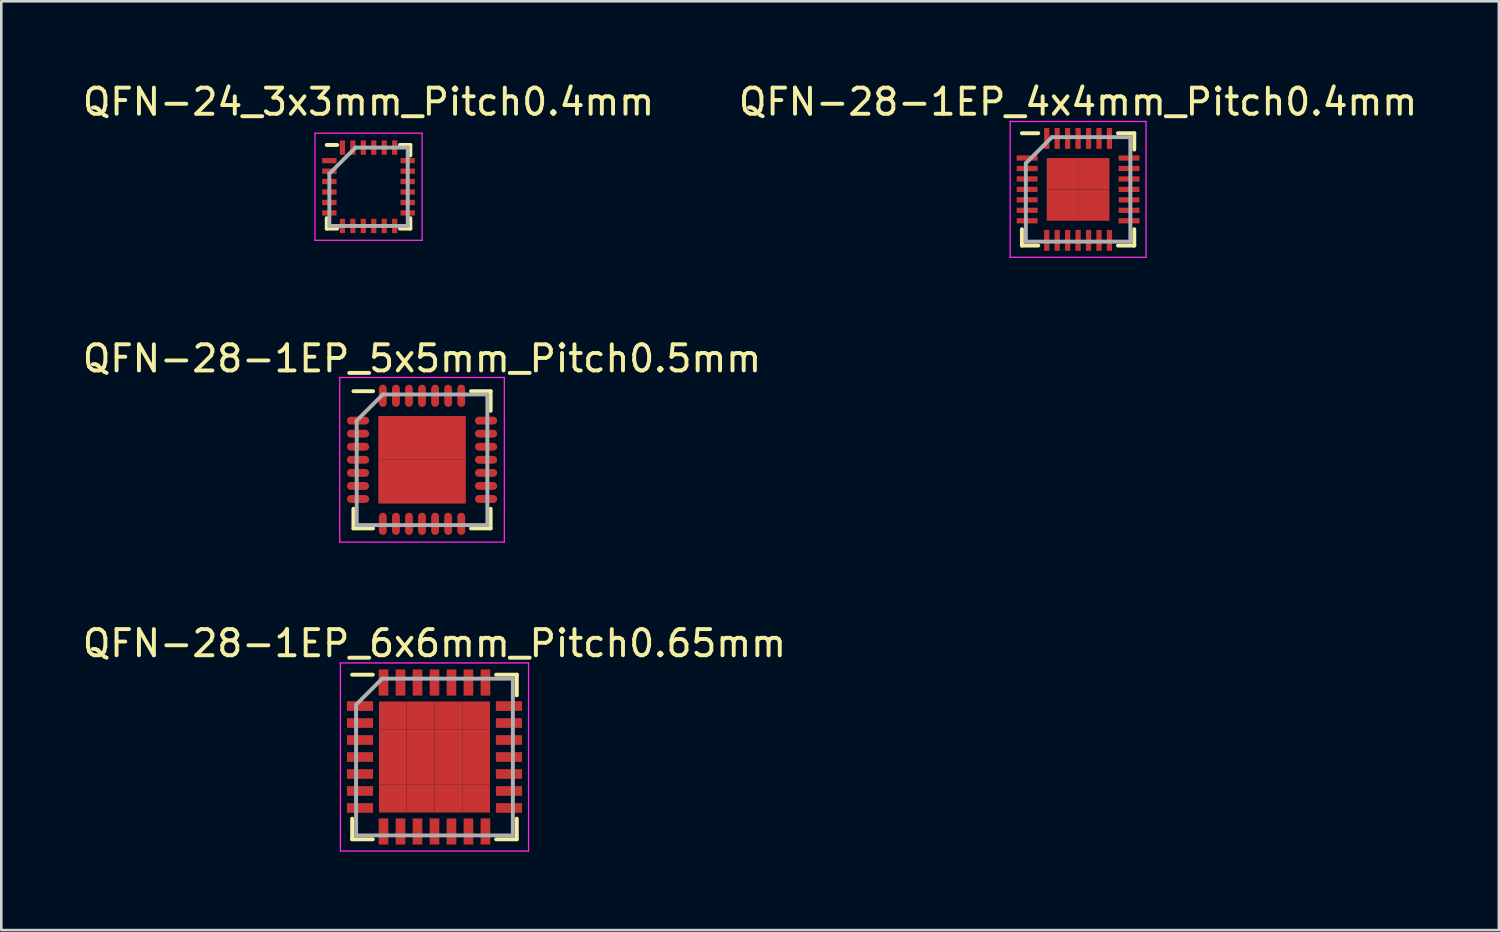
<source format=kicad_pcb>
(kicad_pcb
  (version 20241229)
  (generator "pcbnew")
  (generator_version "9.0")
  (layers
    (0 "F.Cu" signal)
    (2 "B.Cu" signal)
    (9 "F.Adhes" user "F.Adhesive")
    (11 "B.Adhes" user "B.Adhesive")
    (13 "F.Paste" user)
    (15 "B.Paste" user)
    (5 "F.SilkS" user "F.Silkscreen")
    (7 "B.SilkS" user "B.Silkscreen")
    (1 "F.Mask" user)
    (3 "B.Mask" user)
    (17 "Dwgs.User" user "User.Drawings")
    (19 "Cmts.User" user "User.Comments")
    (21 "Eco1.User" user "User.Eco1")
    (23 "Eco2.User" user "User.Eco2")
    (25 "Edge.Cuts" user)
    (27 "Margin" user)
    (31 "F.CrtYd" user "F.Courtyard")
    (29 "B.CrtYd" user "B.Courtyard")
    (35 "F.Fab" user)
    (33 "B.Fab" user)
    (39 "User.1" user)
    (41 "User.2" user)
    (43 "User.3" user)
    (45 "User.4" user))
  (footprint "QFN-28-1EP_4x4mm_Pitch0.4mm"
    (layer "F.Cu")
    (at 38.208 4.198)
    (property "Reference" "QFN-28-1EP_4x4mm_Pitch0.4mm" (at 0 -3.35 0) (layer "F.SilkS") (effects (font (size 1 1) (thickness 0.15))))
    (attr smd)
    (fp_line (start -2.15 -2.15) (end -1.525 -2.15) (stroke (width 0.15) (type solid)) (layer "F.SilkS"))
    (fp_line (start -2.15 2.15) (end -2.15 1.525) (stroke (width 0.15) (type solid)) (layer "F.SilkS"))
    (fp_line (start -2.15 2.15) (end -1.525 2.15) (stroke (width 0.15) (type solid)) (layer "F.SilkS"))
    (fp_line (start 2.15 -2.15) (end 1.525 -2.15) (stroke (width 0.15) (type solid)) (layer "F.SilkS"))
    (fp_line (start 2.15 -2.15) (end 2.15 -1.525) (stroke (width 0.15) (type solid)) (layer "F.SilkS"))
    (fp_line (start 2.15 2.15) (end 1.525 2.15) (stroke (width 0.15) (type solid)) (layer "F.SilkS"))
    (fp_line (start 2.15 2.15) (end 2.15 1.525) (stroke (width 0.15) (type solid)) (layer "F.SilkS"))
    (fp_line (start -2.6 -2.6) (end -2.6 2.6) (stroke (width 0.05) (type solid)) (layer "F.CrtYd"))
    (fp_line (start -2.6 -2.6) (end 2.6 -2.6) (stroke (width 0.05) (type solid)) (layer "F.CrtYd"))
    (fp_line (start -2.6 2.6) (end 2.6 2.6) (stroke (width 0.05) (type solid)) (layer "F.CrtYd"))
    (fp_line (start 2.6 -2.6) (end 2.6 2.6) (stroke (width 0.05) (type solid)) (layer "F.CrtYd"))
    (fp_line (start -2 -1) (end -1 -2) (stroke (width 0.15) (type solid)) (layer "F.Fab"))
    (fp_line (start -2 2) (end -2 -1) (stroke (width 0.15) (type solid)) (layer "F.Fab"))
    (fp_line (start -1 -2) (end 2 -2) (stroke (width 0.15) (type solid)) (layer "F.Fab"))
    (fp_line (start 2 -2) (end 2 2) (stroke (width 0.15) (type solid)) (layer "F.Fab"))
    (fp_line (start 2 2) (end -2 2) (stroke (width 0.15) (type solid)) (layer "F.Fab"))
    (pad "1" smd rect (at -1.95 -1.2) (size 0.8 0.2) (layers "F.Cu" "F.Mask" "F.Paste"))
    (pad "2" smd rect (at -1.95 -0.8) (size 0.8 0.2) (layers "F.Cu" "F.Mask" "F.Paste"))
    (pad "3" smd rect (at -1.95 -0.4) (size 0.8 0.2) (layers "F.Cu" "F.Mask" "F.Paste"))
    (pad "4" smd rect (at -1.95 0) (size 0.8 0.2) (layers "F.Cu" "F.Mask" "F.Paste"))
    (pad "5" smd rect (at -1.95 0.4) (size 0.8 0.2) (layers "F.Cu" "F.Mask" "F.Paste"))
    (pad "6" smd rect (at -1.95 0.8) (size 0.8 0.2) (layers "F.Cu" "F.Mask" "F.Paste"))
    (pad "7" smd rect (at -1.95 1.2) (size 0.8 0.2) (layers "F.Cu" "F.Mask" "F.Paste"))
    (pad "8" smd rect (at -1.2 1.95 90) (size 0.8 0.2) (layers "F.Cu" "F.Mask" "F.Paste"))
    (pad "9" smd rect (at -0.8 1.95 90) (size 0.8 0.2) (layers "F.Cu" "F.Mask" "F.Paste"))
    (pad "10" smd rect (at -0.4 1.95 90) (size 0.8 0.2) (layers "F.Cu" "F.Mask" "F.Paste"))
    (pad "11" smd rect (at 0 1.95 90) (size 0.8 0.2) (layers "F.Cu" "F.Mask" "F.Paste"))
    (pad "12" smd rect (at 0.4 1.95 90) (size 0.8 0.2) (layers "F.Cu" "F.Mask" "F.Paste"))
    (pad "13" smd rect (at 0.8 1.95 90) (size 0.8 0.2) (layers "F.Cu" "F.Mask" "F.Paste"))
    (pad "14" smd rect (at 1.2 1.95 90) (size 0.8 0.2) (layers "F.Cu" "F.Mask" "F.Paste"))
    (pad "15" smd rect (at 1.95 1.2) (size 0.8 0.2) (layers "F.Cu" "F.Mask" "F.Paste"))
    (pad "16" smd rect (at 1.95 0.8) (size 0.8 0.2) (layers "F.Cu" "F.Mask" "F.Paste"))
    (pad "17" smd rect (at 1.95 0.4) (size 0.8 0.2) (layers "F.Cu" "F.Mask" "F.Paste"))
    (pad "18" smd rect (at 1.95 0) (size 0.8 0.2) (layers "F.Cu" "F.Mask" "F.Paste"))
    (pad "19" smd rect (at 1.95 -0.4) (size 0.8 0.2) (layers "F.Cu" "F.Mask" "F.Paste"))
    (pad "20" smd rect (at 1.95 -0.8) (size 0.8 0.2) (layers "F.Cu" "F.Mask" "F.Paste"))
    (pad "21" smd rect (at 1.95 -1.2) (size 0.8 0.2) (layers "F.Cu" "F.Mask" "F.Paste"))
    (pad "22" smd rect (at 1.2 -1.95 90) (size 0.8 0.2) (layers "F.Cu" "F.Mask" "F.Paste"))
    (pad "23" smd rect (at 0.8 -1.95 90) (size 0.8 0.2) (layers "F.Cu" "F.Mask" "F.Paste"))
    (pad "24" smd rect (at 0.4 -1.95 90) (size 0.8 0.2) (layers "F.Cu" "F.Mask" "F.Paste"))
    (pad "25" smd rect (at 0 -1.95 90) (size 0.8 0.2) (layers "F.Cu" "F.Mask" "F.Paste"))
    (pad "26" smd rect (at -0.4 -1.95 90) (size 0.8 0.2) (layers "F.Cu" "F.Mask" "F.Paste"))
    (pad "27" smd rect (at -0.8 -1.95 90) (size 0.8 0.2) (layers "F.Cu" "F.Mask" "F.Paste"))
    (pad "28" smd rect (at -1.2 -1.95 90) (size 0.8 0.2) (layers "F.Cu" "F.Mask" "F.Paste"))
    (pad "29" smd rect (at -0.6 -0.6) (size 1.2 1.2) (layers "F.Cu" "F.Mask" "F.Paste"))
    (pad "29" smd rect (at -0.6 0.6) (size 1.2 1.2) (layers "F.Cu" "F.Mask" "F.Paste"))
    (pad "29" smd rect (at 0.6 -0.6) (size 1.2 1.2) (layers "F.Cu" "F.Mask" "F.Paste"))
    (pad "29" smd rect (at 0.6 0.6) (size 1.2 1.2) (layers "F.Cu" "F.Mask" "F.Paste")))
  (footprint "QFN-24_3x3mm_Pitch0.4mm"
    (layer "F.Cu")
    (at 11.054 4.098)
    (property "Reference" "QFN-24_3x3mm_Pitch0.4mm" (at 0 -3.25 0) (layer "F.SilkS") (effects (font (size 1 1) (thickness 0.15))))
    (attr smd)
    (fp_line (start -1.6 -1.6) (end -1.2 -1.6) (stroke (width 0.15) (type solid)) (layer "F.SilkS"))
    (fp_line (start -1.6 1.6) (end -1.6 1.2) (stroke (width 0.15) (type solid)) (layer "F.SilkS"))
    (fp_line (start -1.6 1.6) (end -1.2 1.6) (stroke (width 0.15) (type solid)) (layer "F.SilkS"))
    (fp_line (start 1.6 -1.6) (end 1.2 -1.6) (stroke (width 0.15) (type solid)) (layer "F.SilkS"))
    (fp_line (start 1.6 -1.6) (end 1.6 -1.2) (stroke (width 0.15) (type solid)) (layer "F.SilkS"))
    (fp_line (start 1.6 1.6) (end 1.2 1.6) (stroke (width 0.15) (type solid)) (layer "F.SilkS"))
    (fp_line (start 1.6 1.6) (end 1.6 1.2) (stroke (width 0.15) (type solid)) (layer "F.SilkS"))
    (fp_line (start -2.05 -2.05) (end 2.05 -2.05) (stroke (width 0.05) (type solid)) (layer "F.CrtYd"))
    (fp_line (start -2.05 2.05) (end -2.05 -2.05) (stroke (width 0.05) (type solid)) (layer "F.CrtYd"))
    (fp_line (start 2.05 -2.05) (end 2.05 2.05) (stroke (width 0.05) (type solid)) (layer "F.CrtYd"))
    (fp_line (start 2.05 2.05) (end -2.05 2.05) (stroke (width 0.05) (type solid)) (layer "F.CrtYd"))
    (fp_line (start -1.5 -0.5) (end -0.5 -1.5) (stroke (width 0.15) (type solid)) (layer "F.Fab"))
    (fp_line (start -1.5 1.5) (end -1.5 -0.5) (stroke (width 0.15) (type solid)) (layer "F.Fab"))
    (fp_line (start -0.5 -1.5) (end 1.5 -1.5) (stroke (width 0.15) (type solid)) (layer "F.Fab"))
    (fp_line (start 1.5 -1.5) (end 1.5 1.5) (stroke (width 0.15) (type solid)) (layer "F.Fab"))
    (fp_line (start 1.5 1.5) (end -1.5 1.5) (stroke (width 0.15) (type solid)) (layer "F.Fab"))
    (pad "1" smd rect (at -1.5 -1) (size 0.55 0.2) (layers "F.Cu" "F.Mask" "F.Paste"))
    (pad "2" smd rect (at -1.5 -0.6) (size 0.55 0.2) (layers "F.Cu" "F.Mask" "F.Paste"))
    (pad "3" smd rect (at -1.5 -0.2) (size 0.55 0.2) (layers "F.Cu" "F.Mask" "F.Paste"))
    (pad "4" smd rect (at -1.5 0.2) (size 0.55 0.2) (layers "F.Cu" "F.Mask" "F.Paste"))
    (pad "5" smd rect (at -1.5 0.6) (size 0.55 0.2) (layers "F.Cu" "F.Mask" "F.Paste"))
    (pad "6" smd rect (at -1.5 1) (size 0.55 0.2) (layers "F.Cu" "F.Mask" "F.Paste"))
    (pad "7" smd rect (at -1 1.5 90) (size 0.55 0.2) (layers "F.Cu" "F.Mask" "F.Paste"))
    (pad "8" smd rect (at -0.6 1.5 90) (size 0.55 0.2) (layers "F.Cu" "F.Mask" "F.Paste"))
    (pad "9" smd rect (at -0.2 1.5 90) (size 0.55 0.2) (layers "F.Cu" "F.Mask" "F.Paste"))
    (pad "10" smd rect (at 0.2 1.5 90) (size 0.55 0.2) (layers "F.Cu" "F.Mask" "F.Paste"))
    (pad "11" smd rect (at 0.6 1.5 90) (size 0.55 0.2) (layers "F.Cu" "F.Mask" "F.Paste"))
    (pad "12" smd rect (at 1 1.5 90) (size 0.55 0.2) (layers "F.Cu" "F.Mask" "F.Paste"))
    (pad "13" smd rect (at 1.5 1) (size 0.55 0.2) (layers "F.Cu" "F.Mask" "F.Paste"))
    (pad "14" smd rect (at 1.5 0.6) (size 0.55 0.2) (layers "F.Cu" "F.Mask" "F.Paste"))
    (pad "15" smd rect (at 1.5 0.2) (size 0.55 0.2) (layers "F.Cu" "F.Mask" "F.Paste"))
    (pad "16" smd rect (at 1.5 -0.2) (size 0.55 0.2) (layers "F.Cu" "F.Mask" "F.Paste"))
    (pad "17" smd rect (at 1.5 -0.6) (size 0.55 0.2) (layers "F.Cu" "F.Mask" "F.Paste"))
    (pad "18" smd rect (at 1.5 -1) (size 0.55 0.2) (layers "F.Cu" "F.Mask" "F.Paste"))
    (pad "19" smd rect (at 1 -1.5 90) (size 0.55 0.2) (layers "F.Cu" "F.Mask" "F.Paste"))
    (pad "20" smd rect (at 0.6 -1.5 90) (size 0.55 0.2) (layers "F.Cu" "F.Mask" "F.Paste"))
    (pad "21" smd rect (at 0.2 -1.5 90) (size 0.55 0.2) (layers "F.Cu" "F.Mask" "F.Paste"))
    (pad "22" smd rect (at -0.2 -1.5 90) (size 0.55 0.2) (layers "F.Cu" "F.Mask" "F.Paste"))
    (pad "23" smd rect (at -0.6 -1.5 90) (size 0.55 0.2) (layers "F.Cu" "F.Mask" "F.Paste"))
    (pad "24" smd rect (at -1 -1.5 90) (size 0.55 0.2) (layers "F.Cu" "F.Mask" "F.Paste")))
  (footprint "QFN-28-1EP_5x5mm_Pitch0.5mm"
    (layer "F.Cu")
    (at 13.101 14.546)
    (property "Reference" "QFN-28-1EP_5x5mm_Pitch0.5mm" (at 0 -3.875 0) (layer "F.SilkS") (effects (font (size 1 1) (thickness 0.15))))
    (attr smd)
    (fp_line (start -2.625 -2.625) (end -1.875 -2.625) (stroke (width 0.15) (type solid)) (layer "F.SilkS"))
    (fp_line (start -2.625 2.625) (end -2.625 1.875) (stroke (width 0.15) (type solid)) (layer "F.SilkS"))
    (fp_line (start -2.625 2.625) (end -1.875 2.625) (stroke (width 0.15) (type solid)) (layer "F.SilkS"))
    (fp_line (start 2.625 -2.625) (end 1.875 -2.625) (stroke (width 0.15) (type solid)) (layer "F.SilkS"))
    (fp_line (start 2.625 -2.625) (end 2.625 -1.875) (stroke (width 0.15) (type solid)) (layer "F.SilkS"))
    (fp_line (start 2.625 2.625) (end 1.875 2.625) (stroke (width 0.15) (type solid)) (layer "F.SilkS"))
    (fp_line (start 2.625 2.625) (end 2.625 1.875) (stroke (width 0.15) (type solid)) (layer "F.SilkS"))
    (fp_line (start -3.15 -3.15) (end -3.15 3.15) (stroke (width 0.05) (type solid)) (layer "F.CrtYd"))
    (fp_line (start -3.15 -3.15) (end 3.15 -3.15) (stroke (width 0.05) (type solid)) (layer "F.CrtYd"))
    (fp_line (start -3.15 3.15) (end 3.15 3.15) (stroke (width 0.05) (type solid)) (layer "F.CrtYd"))
    (fp_line (start 3.15 -3.15) (end 3.15 3.15) (stroke (width 0.05) (type solid)) (layer "F.CrtYd"))
    (fp_line (start -2.5 -1.5) (end -1.5 -2.5) (stroke (width 0.15) (type solid)) (layer "F.Fab"))
    (fp_line (start -2.5 2.5) (end -2.5 -1.5) (stroke (width 0.15) (type solid)) (layer "F.Fab"))
    (fp_line (start -1.5 -2.5) (end 2.5 -2.5) (stroke (width 0.15) (type solid)) (layer "F.Fab"))
    (fp_line (start 2.5 -2.5) (end 2.5 2.5) (stroke (width 0.15) (type solid)) (layer "F.Fab"))
    (fp_line (start 2.5 2.5) (end -2.5 2.5) (stroke (width 0.15) (type solid)) (layer "F.Fab"))
    (pad "1" smd oval (at -2.45 -1.5) (size 0.85 0.3) (layers "F.Cu" "F.Mask" "F.Paste"))
    (pad "2" smd oval (at -2.45 -1) (size 0.85 0.3) (layers "F.Cu" "F.Mask" "F.Paste"))
    (pad "3" smd oval (at -2.45 -0.5) (size 0.85 0.3) (layers "F.Cu" "F.Mask" "F.Paste"))
    (pad "4" smd oval (at -2.45 0) (size 0.85 0.3) (layers "F.Cu" "F.Mask" "F.Paste"))
    (pad "5" smd oval (at -2.45 0.5) (size 0.85 0.3) (layers "F.Cu" "F.Mask" "F.Paste"))
    (pad "6" smd oval (at -2.45 1) (size 0.85 0.3) (layers "F.Cu" "F.Mask" "F.Paste"))
    (pad "7" smd oval (at -2.45 1.5) (size 0.85 0.3) (layers "F.Cu" "F.Mask" "F.Paste"))
    (pad "8" smd oval (at -1.5 2.45 90) (size 0.85 0.3) (layers "F.Cu" "F.Mask" "F.Paste"))
    (pad "9" smd oval (at -1 2.45 90) (size 0.85 0.3) (layers "F.Cu" "F.Mask" "F.Paste"))
    (pad "10" smd oval (at -0.5 2.45 90) (size 0.85 0.3) (layers "F.Cu" "F.Mask" "F.Paste"))
    (pad "11" smd oval (at 0 2.45 90) (size 0.85 0.3) (layers "F.Cu" "F.Mask" "F.Paste"))
    (pad "12" smd oval (at 0.5 2.45 90) (size 0.85 0.3) (layers "F.Cu" "F.Mask" "F.Paste"))
    (pad "13" smd oval (at 1 2.45 90) (size 0.85 0.3) (layers "F.Cu" "F.Mask" "F.Paste"))
    (pad "14" smd oval (at 1.5 2.45 90) (size 0.85 0.3) (layers "F.Cu" "F.Mask" "F.Paste"))
    (pad "15" smd oval (at 2.45 1.5) (size 0.85 0.3) (layers "F.Cu" "F.Mask" "F.Paste"))
    (pad "16" smd oval (at 2.45 1) (size 0.85 0.3) (layers "F.Cu" "F.Mask" "F.Paste"))
    (pad "17" smd oval (at 2.45 0.5) (size 0.85 0.3) (layers "F.Cu" "F.Mask" "F.Paste"))
    (pad "18" smd oval (at 2.45 0) (size 0.85 0.3) (layers "F.Cu" "F.Mask" "F.Paste"))
    (pad "19" smd oval (at 2.45 -0.5) (size 0.85 0.3) (layers "F.Cu" "F.Mask" "F.Paste"))
    (pad "20" smd oval (at 2.45 -1) (size 0.85 0.3) (layers "F.Cu" "F.Mask" "F.Paste"))
    (pad "21" smd oval (at 2.45 -1.5) (size 0.85 0.3) (layers "F.Cu" "F.Mask" "F.Paste"))
    (pad "22" smd oval (at 1.5 -2.45 90) (size 0.85 0.3) (layers "F.Cu" "F.Mask" "F.Paste"))
    (pad "23" smd oval (at 1 -2.45 90) (size 0.85 0.3) (layers "F.Cu" "F.Mask" "F.Paste"))
    (pad "24" smd oval (at 0.5 -2.45 90) (size 0.85 0.3) (layers "F.Cu" "F.Mask" "F.Paste"))
    (pad "25" smd oval (at 0 -2.45 90) (size 0.85 0.3) (layers "F.Cu" "F.Mask" "F.Paste"))
    (pad "26" smd oval (at -0.5 -2.45 90) (size 0.85 0.3) (layers "F.Cu" "F.Mask" "F.Paste"))
    (pad "27" smd oval (at -1 -2.45 90) (size 0.85 0.3) (layers "F.Cu" "F.Mask" "F.Paste"))
    (pad "28" smd oval (at -1.5 -2.45 90) (size 0.85 0.3) (layers "F.Cu" "F.Mask" "F.Paste"))
    (pad "29" smd rect (at -0.838 -0.838) (size 1.675 1.675) (layers "F.Cu" "F.Mask" "F.Paste"))
    (pad "29" smd rect (at -0.838 0.838) (size 1.675 1.675) (layers "F.Cu" "F.Mask" "F.Paste"))
    (pad "29" smd rect (at 0.838 -0.838) (size 1.675 1.675) (layers "F.Cu" "F.Mask" "F.Paste"))
    (pad "29" smd rect (at 0.838 0.838) (size 1.675 1.675) (layers "F.Cu" "F.Mask" "F.Paste")))
  (footprint "QFN-28-1EP_6x6mm_Pitch0.65mm"
    (layer "F.Cu")
    (at 13.577 25.92)
    (property "Reference" "QFN-28-1EP_6x6mm_Pitch0.65mm" (at 0 -4.35 0) (layer "F.SilkS") (effects (font (size 1 1) (thickness 0.15))))
    (attr smd)
    (fp_line (start -3.15 -3.15) (end -2.36 -3.15) (stroke (width 0.15) (type solid)) (layer "F.SilkS"))
    (fp_line (start -3.15 3.15) (end -3.15 2.36) (stroke (width 0.15) (type solid)) (layer "F.SilkS"))
    (fp_line (start -3.15 3.15) (end -2.36 3.15) (stroke (width 0.15) (type solid)) (layer "F.SilkS"))
    (fp_line (start 3.15 -3.15) (end 2.36 -3.15) (stroke (width 0.15) (type solid)) (layer "F.SilkS"))
    (fp_line (start 3.15 -3.15) (end 3.15 -2.36) (stroke (width 0.15) (type solid)) (layer "F.SilkS"))
    (fp_line (start 3.15 3.15) (end 2.36 3.15) (stroke (width 0.15) (type solid)) (layer "F.SilkS"))
    (fp_line (start 3.15 3.15) (end 3.15 2.36) (stroke (width 0.15) (type solid)) (layer "F.SilkS"))
    (fp_line (start -3.6 -3.6) (end -3.6 3.6) (stroke (width 0.05) (type solid)) (layer "F.CrtYd"))
    (fp_line (start -3.6 -3.6) (end 3.6 -3.6) (stroke (width 0.05) (type solid)) (layer "F.CrtYd"))
    (fp_line (start -3.6 3.6) (end 3.6 3.6) (stroke (width 0.05) (type solid)) (layer "F.CrtYd"))
    (fp_line (start 3.6 -3.6) (end 3.6 3.6) (stroke (width 0.05) (type solid)) (layer "F.CrtYd"))
    (fp_line (start -3 -2) (end -2 -3) (stroke (width 0.15) (type solid)) (layer "F.Fab"))
    (fp_line (start -3 3) (end -3 -2) (stroke (width 0.15) (type solid)) (layer "F.Fab"))
    (fp_line (start -2 -3) (end 3 -3) (stroke (width 0.15) (type solid)) (layer "F.Fab"))
    (fp_line (start 3 -3) (end 3 3) (stroke (width 0.15) (type solid)) (layer "F.Fab"))
    (fp_line (start 3 3) (end -3 3) (stroke (width 0.15) (type solid)) (layer "F.Fab"))
    (pad "1" smd rect (at -2.85 -1.95) (size 1 0.37) (layers "F.Cu" "F.Mask" "F.Paste"))
    (pad "2" smd rect (at -2.85 -1.3) (size 1 0.37) (layers "F.Cu" "F.Mask" "F.Paste"))
    (pad "3" smd rect (at -2.85 -0.65) (size 1 0.37) (layers "F.Cu" "F.Mask" "F.Paste"))
    (pad "4" smd rect (at -2.85 0) (size 1 0.37) (layers "F.Cu" "F.Mask" "F.Paste"))
    (pad "5" smd rect (at -2.85 0.65) (size 1 0.37) (layers "F.Cu" "F.Mask" "F.Paste"))
    (pad "6" smd rect (at -2.85 1.3) (size 1 0.37) (layers "F.Cu" "F.Mask" "F.Paste"))
    (pad "7" smd rect (at -2.85 1.95) (size 1 0.37) (layers "F.Cu" "F.Mask" "F.Paste"))
    (pad "8" smd rect (at -1.95 2.85 90) (size 1 0.37) (layers "F.Cu" "F.Mask" "F.Paste"))
    (pad "9" smd rect (at -1.3 2.85 90) (size 1 0.37) (layers "F.Cu" "F.Mask" "F.Paste"))
    (pad "10" smd rect (at -0.65 2.85 90) (size 1 0.37) (layers "F.Cu" "F.Mask" "F.Paste"))
    (pad "11" smd rect (at 0 2.85 90) (size 1 0.37) (layers "F.Cu" "F.Mask" "F.Paste"))
    (pad "12" smd rect (at 0.65 2.85 90) (size 1 0.37) (layers "F.Cu" "F.Mask" "F.Paste"))
    (pad "13" smd rect (at 1.3 2.85 90) (size 1 0.37) (layers "F.Cu" "F.Mask" "F.Paste"))
    (pad "14" smd rect (at 1.95 2.85 90) (size 1 0.37) (layers "F.Cu" "F.Mask" "F.Paste"))
    (pad "15" smd rect (at 2.85 1.95) (size 1 0.37) (layers "F.Cu" "F.Mask" "F.Paste"))
    (pad "16" smd rect (at 2.85 1.3) (size 1 0.37) (layers "F.Cu" "F.Mask" "F.Paste"))
    (pad "17" smd rect (at 2.85 0.65) (size 1 0.37) (layers "F.Cu" "F.Mask" "F.Paste"))
    (pad "18" smd rect (at 2.85 0) (size 1 0.37) (layers "F.Cu" "F.Mask" "F.Paste"))
    (pad "19" smd rect (at 2.85 -0.65) (size 1 0.37) (layers "F.Cu" "F.Mask" "F.Paste"))
    (pad "20" smd rect (at 2.85 -1.3) (size 1 0.37) (layers "F.Cu" "F.Mask" "F.Paste"))
    (pad "21" smd rect (at 2.85 -1.95) (size 1 0.37) (layers "F.Cu" "F.Mask" "F.Paste"))
    (pad "22" smd rect (at 1.95 -2.85 90) (size 1 0.37) (layers "F.Cu" "F.Mask" "F.Paste"))
    (pad "23" smd rect (at 1.3 -2.85 90) (size 1 0.37) (layers "F.Cu" "F.Mask" "F.Paste"))
    (pad "24" smd rect (at 0.65 -2.85 90) (size 1 0.37) (layers "F.Cu" "F.Mask" "F.Paste"))
    (pad "25" smd rect (at 0 -2.85 90) (size 1 0.37) (layers "F.Cu" "F.Mask" "F.Paste"))
    (pad "26" smd rect (at -0.65 -2.85 90) (size 1 0.37) (layers "F.Cu" "F.Mask" "F.Paste"))
    (pad "27" smd rect (at -1.3 -2.85 90) (size 1 0.37) (layers "F.Cu" "F.Mask" "F.Paste"))
    (pad "28" smd rect (at -1.95 -2.85 90) (size 1 0.37) (layers "F.Cu" "F.Mask" "F.Paste"))
    (pad "29" smd rect (at -1.594 -1.594) (size 1.062 1.062) (layers "F.Cu" "F.Mask" "F.Paste"))
    (pad "29" smd rect (at -1.594 -0.531) (size 1.062 1.062) (layers "F.Cu" "F.Mask" "F.Paste"))
    (pad "29" smd rect (at -1.594 0.531) (size 1.062 1.062) (layers "F.Cu" "F.Mask" "F.Paste"))
    (pad "29" smd rect (at -1.594 1.594) (size 1.062 1.062) (layers "F.Cu" "F.Mask" "F.Paste"))
    (pad "29" smd rect (at -0.531 -1.594) (size 1.062 1.062) (layers "F.Cu" "F.Mask" "F.Paste"))
    (pad "29" smd rect (at -0.531 -0.531) (size 1.062 1.062) (layers "F.Cu" "F.Mask" "F.Paste"))
    (pad "29" smd rect (at -0.531 0.531) (size 1.062 1.062) (layers "F.Cu" "F.Mask" "F.Paste"))
    (pad "29" smd rect (at -0.531 1.594) (size 1.062 1.062) (layers "F.Cu" "F.Mask" "F.Paste"))
    (pad "29" smd rect (at 0.531 -1.594) (size 1.062 1.062) (layers "F.Cu" "F.Mask" "F.Paste"))
    (pad "29" smd rect (at 0.531 -0.531) (size 1.062 1.062) (layers "F.Cu" "F.Mask" "F.Paste"))
    (pad "29" smd rect (at 0.531 0.531) (size 1.062 1.062) (layers "F.Cu" "F.Mask" "F.Paste"))
    (pad "29" smd rect (at 0.531 1.594) (size 1.062 1.062) (layers "F.Cu" "F.Mask" "F.Paste"))
    (pad "29" smd rect (at 1.594 -1.594) (size 1.062 1.062) (layers "F.Cu" "F.Mask" "F.Paste"))
    (pad "29" smd rect (at 1.594 -0.531) (size 1.062 1.062) (layers "F.Cu" "F.Mask" "F.Paste"))
    (pad "29" smd rect (at 1.594 0.531) (size 1.062 1.062) (layers "F.Cu" "F.Mask" "F.Paste"))
    (pad "29" smd rect (at 1.594 1.594) (size 1.062 1.062) (layers "F.Cu" "F.Mask" "F.Paste")))
  (gr_rect
    (start -3 -3)
    (end 54.31 32.545)
    (stroke (width 0.1) (type default))
    (fill no)
    (layer "Edge.Cuts")))
</source>
